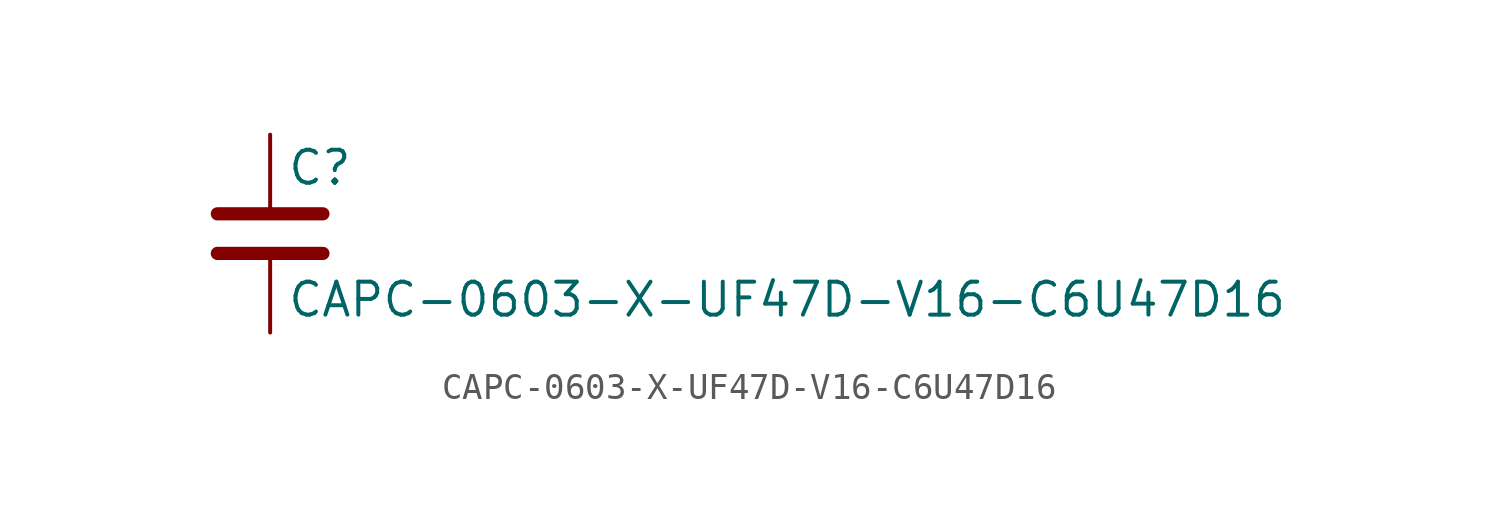
<source format=kicad_sym>
(kicad_symbol_lib
  (version 20211014)
  (generator kicad_symbol_editor)
  (symbol "CAPC-0603-X-UF47D-V16-C6U47D16"
    (pin_numbers hide)
    (pin_names
      (offset 0.254))
    (property "Reference" "C"
      (at 0.635 2.54 0)
      (effects (font (size 1.27 1.27)) (justify left)))
    (property "Value" "CAPC-0603-X-UF47D-V16-C6U47D16"
      (at 0.635 -2.54 0)
      (effects (font (size 1.27 1.27)) (justify left)))
    (symbol "CAPC-0603-X-UF47D-V16-C6U47D16_0_1"
      (polyline (pts (xy -2.032 -0.762) (xy 2.032 -0.762)) (stroke (width 0.508) (type default) (color 0 0 0 0)) (fill (type none)))
      (polyline (pts (xy -2.032 0.762) (xy 2.032 0.762)) (stroke (width 0.508) (type default) (color 0 0 0 0)) (fill (type none))))
    (symbol "CAPC-0603-X-UF47D-V16-C6U47D16_1_1"
      (pin passive line (at 0 3.81 270) (length 2.794) (name "~" (effects (font (size 1.27 1.27)))) (number "1" (effects (font (size 1.27 1.27)))))
      (pin passive line (at 0 -3.81 90) (length 2.794) (name "~" (effects (font (size 1.27 1.27)))) (number "2" (effects (font (size 1.27 1.27))))))))
</source>
